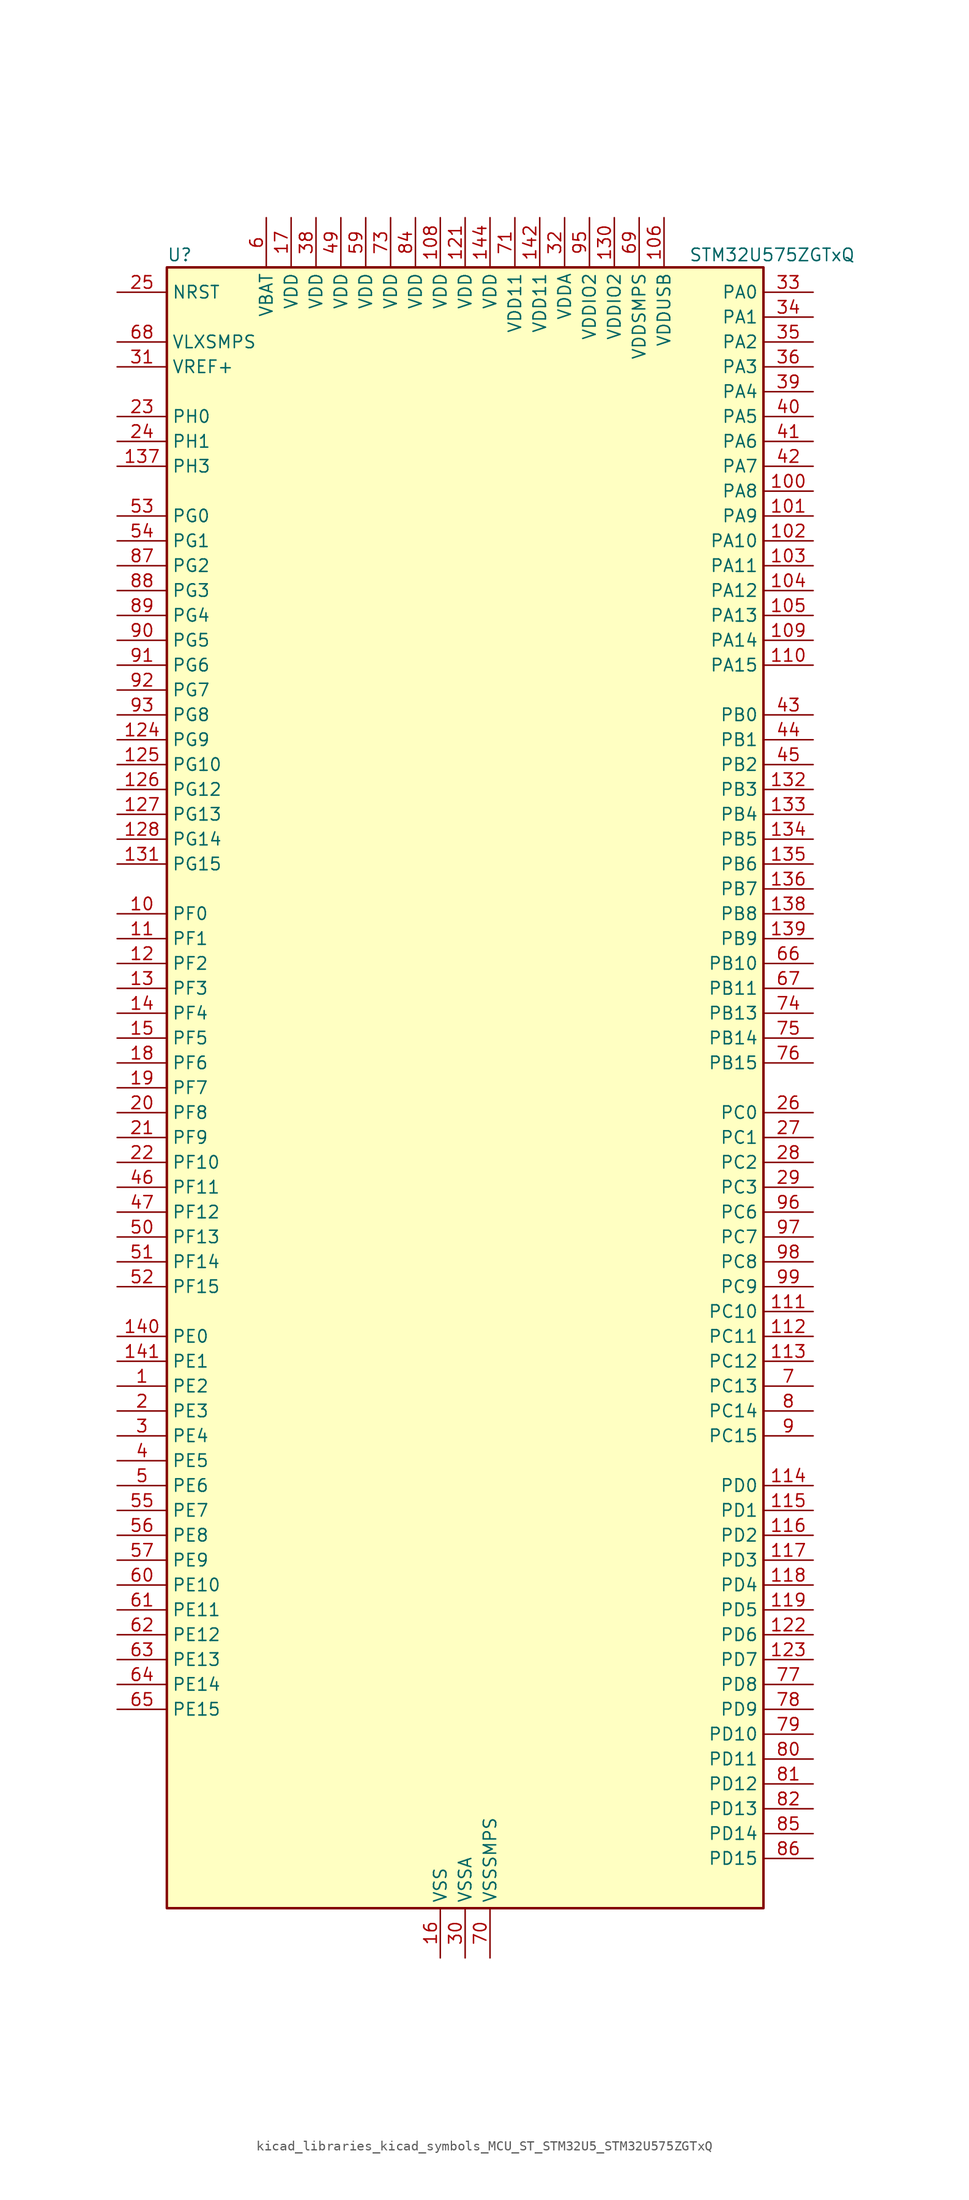
<source format=kicad_sym>
(kicad_symbol_lib
  (version 20220914)
  (generator kicad_symbol_editor)
  (symbol "kicad_libraries_kicad_symbols_MCU_ST_STM32U5_STM32U575ZGTxQ"
    (property "Reference" "U"
      (at -30.48 85.09 0)
      (effects (font (size 1.27 1.27)) (justify left)))
    (property "Value" "STM32U575ZGTxQ"
      (at 22.86 85.09 0)
      (effects (font (size 1.27 1.27)) (justify left)))
    (property "ki_locked" ""
      (at 0 0 0)
      (effects (font (size 1.27 1.27))))
    (symbol "kicad_libraries_kicad_symbols_MCU_ST_STM32U5_STM32U575ZGTxQ_0_1"
      (rectangle (start -30.48 -83.82) (end 30.48 83.82) (stroke (width 0.254) (type default)) (fill (type background))))
    (symbol "kicad_libraries_kicad_symbols_MCU_ST_STM32U5_STM32U575ZGTxQ_1_1"
      (pin bidirectional line (at -35.56 -30.48 0) (length 5.08) (name "PE2" (effects (font (size 1.27 1.27)))) (number "1" (effects (font (size 1.27 1.27)))) (alternate "DEBUG_TRACECLK" bidirectional line) (alternate "FMC_A23" bidirectional line) (alternate "SAI1_CK1" bidirectional line) (alternate "SAI1_MCLK_A" bidirectional line) (alternate "TIM3_ETR" bidirectional line) (alternate "TSC_G7_IO1" bidirectional line))
      (pin bidirectional line (at -35.56 17.78 0) (length 5.08) (name "PF0" (effects (font (size 1.27 1.27)))) (number "10" (effects (font (size 1.27 1.27)))) (alternate "FMC_A0" bidirectional line) (alternate "I2C2_SDA" bidirectional line) (alternate "OCTOSPIM_P2_IO0" bidirectional line))
      (pin bidirectional line (at 35.56 60.96 180) (length 5.08) (name "PA8" (effects (font (size 1.27 1.27)))) (number "100" (effects (font (size 1.27 1.27)))) (alternate "DEBUG_TRACECLK" bidirectional line) (alternate "LPTIM2_CH1" bidirectional line) (alternate "RCC_MCO" bidirectional line) (alternate "SAI1_CK2" bidirectional line) (alternate "SAI1_SCK_A" bidirectional line) (alternate "SPI1_RDY" bidirectional line) (alternate "TIM1_CH1" bidirectional line) (alternate "USART1_CK" bidirectional line) (alternate "USB_OTG_FS_SOF" bidirectional line))
      (pin bidirectional line (at 35.56 58.42 180) (length 5.08) (name "PA9" (effects (font (size 1.27 1.27)))) (number "101" (effects (font (size 1.27 1.27)))) (alternate "DAC1_EXTI9" bidirectional line) (alternate "DCMI_D0" bidirectional line) (alternate "PSSI_D0" bidirectional line) (alternate "SAI1_FS_A" bidirectional line) (alternate "SPI2_SCK" bidirectional line) (alternate "TIM15_BKIN" bidirectional line) (alternate "TIM1_CH2" bidirectional line) (alternate "USART1_TX" bidirectional line) (alternate "USB_OTG_FS_VBUS" bidirectional line))
      (pin bidirectional line (at 35.56 55.88 180) (length 5.08) (name "PA10" (effects (font (size 1.27 1.27)))) (number "102" (effects (font (size 1.27 1.27)))) (alternate "CRS_SYNC" bidirectional line) (alternate "DCMI_D1" bidirectional line) (alternate "LPTIM2_IN2" bidirectional line) (alternate "PSSI_D1" bidirectional line) (alternate "SAI1_D1" bidirectional line) (alternate "SAI1_SD_A" bidirectional line) (alternate "TIM17_BKIN" bidirectional line) (alternate "TIM1_CH3" bidirectional line) (alternate "USART1_RX" bidirectional line) (alternate "USB_OTG_FS_ID" bidirectional line))
      (pin bidirectional line (at 35.56 53.34 180) (length 5.08) (name "PA11" (effects (font (size 1.27 1.27)))) (number "103" (effects (font (size 1.27 1.27)))) (alternate "ADC1_EXTI11" bidirectional line) (alternate "FDCAN1_RX" bidirectional line) (alternate "SPI1_MISO" bidirectional line) (alternate "TIM1_BKIN2" bidirectional line) (alternate "TIM1_CH4" bidirectional line) (alternate "USART1_CTS" bidirectional line) (alternate "USB_OTG_FS_DM" bidirectional line))
      (pin bidirectional line (at 35.56 50.8 180) (length 5.08) (name "PA12" (effects (font (size 1.27 1.27)))) (number "104" (effects (font (size 1.27 1.27)))) (alternate "FDCAN1_TX" bidirectional line) (alternate "OCTOSPIM_P2_NCS" bidirectional line) (alternate "SPI1_MOSI" bidirectional line) (alternate "TIM1_ETR" bidirectional line) (alternate "USART1_DE" bidirectional line) (alternate "USART1_RTS" bidirectional line) (alternate "USB_OTG_FS_DP" bidirectional line))
      (pin bidirectional line (at 35.56 48.26 180) (length 5.08) (name "PA13" (effects (font (size 1.27 1.27)))) (number "105" (effects (font (size 1.27 1.27)))) (alternate "DEBUG_JTMS-SWDIO" bidirectional line) (alternate "IR_OUT" bidirectional line) (alternate "SAI1_SD_B" bidirectional line) (alternate "USB_OTG_FS_NOE" bidirectional line))
      (pin power_in line (at 20.32 88.9 270) (length 5.08) (name "VDDUSB" (effects (font (size 1.27 1.27)))) (number "106" (effects (font (size 1.27 1.27)))))
      (pin passive line (at -2.54 -88.9 90) (length 5.08) hide (name "VSS" (effects (font (size 1.27 1.27)))) (number "107" (effects (font (size 1.27 1.27)))))
      (pin power_in line (at -2.54 88.9 270) (length 5.08) (name "VDD" (effects (font (size 1.27 1.27)))) (number "108" (effects (font (size 1.27 1.27)))))
      (pin bidirectional line (at 35.56 45.72 180) (length 5.08) (name "PA14" (effects (font (size 1.27 1.27)))) (number "109" (effects (font (size 1.27 1.27)))) (alternate "DEBUG_JTCK-SWCLK" bidirectional line) (alternate "I2C1_SMBA" bidirectional line) (alternate "I2C4_SMBA" bidirectional line) (alternate "LPTIM1_CH1" bidirectional line) (alternate "SAI1_FS_B" bidirectional line) (alternate "USB_OTG_FS_SOF" bidirectional line))
      (pin bidirectional line (at -35.56 15.24 0) (length 5.08) (name "PF1" (effects (font (size 1.27 1.27)))) (number "11" (effects (font (size 1.27 1.27)))) (alternate "FMC_A1" bidirectional line) (alternate "I2C2_SCL" bidirectional line) (alternate "OCTOSPIM_P2_IO1" bidirectional line))
      (pin bidirectional line (at 35.56 43.18 180) (length 5.08) (name "PA15" (effects (font (size 1.27 1.27)))) (number "110" (effects (font (size 1.27 1.27)))) (alternate "ADC1_EXTI15" bidirectional line) (alternate "ADC4_EXTI15" bidirectional line) (alternate "DEBUG_JTDI" bidirectional line) (alternate "SAI2_FS_B" bidirectional line) (alternate "SPI1_NSS" bidirectional line) (alternate "SPI3_NSS" bidirectional line) (alternate "TIM2_CH1" bidirectional line) (alternate "TIM2_ETR" bidirectional line) (alternate "UART4_DE" bidirectional line) (alternate "UART4_RTS" bidirectional line) (alternate "UCPD1_CC1" bidirectional line) (alternate "USART2_RX" bidirectional line) (alternate "USART3_DE" bidirectional line) (alternate "USART3_RTS" bidirectional line))
      (pin bidirectional line (at 35.56 -22.86 180) (length 5.08) (name "PC10" (effects (font (size 1.27 1.27)))) (number "111" (effects (font (size 1.27 1.27)))) (alternate "ADF1_CCK1" bidirectional line) (alternate "DCMI_D8" bidirectional line) (alternate "DEBUG_TRACED1" bidirectional line) (alternate "LPTIM3_ETR" bidirectional line) (alternate "PSSI_D8" bidirectional line) (alternate "SAI2_SCK_B" bidirectional line) (alternate "SDMMC1_D2" bidirectional line) (alternate "SPI3_SCK" bidirectional line) (alternate "TSC_G3_IO2" bidirectional line) (alternate "UART4_TX" bidirectional line) (alternate "USART3_TX" bidirectional line))
      (pin bidirectional line (at 35.56 -25.4 180) (length 5.08) (name "PC11" (effects (font (size 1.27 1.27)))) (number "112" (effects (font (size 1.27 1.27)))) (alternate "ADC1_EXTI11" bidirectional line) (alternate "ADF1_SDI0" bidirectional line) (alternate "DCMI_D2" bidirectional line) (alternate "DCMI_D4" bidirectional line) (alternate "LPTIM3_IN1" bidirectional line) (alternate "OCTOSPIM_P1_NCS" bidirectional line) (alternate "PSSI_D2" bidirectional line) (alternate "PSSI_D4" bidirectional line) (alternate "SAI2_MCLK_B" bidirectional line) (alternate "SDMMC1_D3" bidirectional line) (alternate "SPI3_MISO" bidirectional line) (alternate "TSC_G3_IO3" bidirectional line) (alternate "UART4_RX" bidirectional line) (alternate "UCPD1_FRSTX2" bidirectional line) (alternate "USART3_RX" bidirectional line))
      (pin bidirectional line (at 35.56 -27.94 180) (length 5.08) (name "PC12" (effects (font (size 1.27 1.27)))) (number "113" (effects (font (size 1.27 1.27)))) (alternate "DCMI_D9" bidirectional line) (alternate "DEBUG_TRACED3" bidirectional line) (alternate "PSSI_D9" bidirectional line) (alternate "SAI2_SD_B" bidirectional line) (alternate "SDMMC1_CK" bidirectional line) (alternate "SPI3_MOSI" bidirectional line) (alternate "TSC_G3_IO4" bidirectional line) (alternate "UART5_TX" bidirectional line) (alternate "USART3_CK" bidirectional line))
      (pin bidirectional line (at 35.56 -40.64 180) (length 5.08) (name "PD0" (effects (font (size 1.27 1.27)))) (number "114" (effects (font (size 1.27 1.27)))) (alternate "FDCAN1_RX" bidirectional line) (alternate "FMC_D2" bidirectional line) (alternate "FMC_DA2" bidirectional line) (alternate "SPI2_NSS" bidirectional line) (alternate "TIM8_CH4N" bidirectional line))
      (pin bidirectional line (at 35.56 -43.18 180) (length 5.08) (name "PD1" (effects (font (size 1.27 1.27)))) (number "115" (effects (font (size 1.27 1.27)))) (alternate "FDCAN1_TX" bidirectional line) (alternate "FMC_D3" bidirectional line) (alternate "FMC_DA3" bidirectional line) (alternate "SPI2_SCK" bidirectional line))
      (pin bidirectional line (at 35.56 -45.72 180) (length 5.08) (name "PD2" (effects (font (size 1.27 1.27)))) (number "116" (effects (font (size 1.27 1.27)))) (alternate "DCMI_D11" bidirectional line) (alternate "DEBUG_TRACED2" bidirectional line) (alternate "LPTIM4_ETR" bidirectional line) (alternate "PSSI_D11" bidirectional line) (alternate "SDMMC1_CMD" bidirectional line) (alternate "TIM3_ETR" bidirectional line) (alternate "TSC_SYNC" bidirectional line) (alternate "UART5_RX" bidirectional line) (alternate "USART3_DE" bidirectional line) (alternate "USART3_RTS" bidirectional line))
      (pin bidirectional line (at 35.56 -48.26 180) (length 5.08) (name "PD3" (effects (font (size 1.27 1.27)))) (number "117" (effects (font (size 1.27 1.27)))) (alternate "DCMI_D5" bidirectional line) (alternate "FMC_CLK" bidirectional line) (alternate "MDF1_SDI0" bidirectional line) (alternate "OCTOSPIM_P2_NCS" bidirectional line) (alternate "PSSI_D5" bidirectional line) (alternate "SPI2_MISO" bidirectional line) (alternate "SPI2_SCK" bidirectional line) (alternate "USART2_CTS" bidirectional line))
      (pin bidirectional line (at 35.56 -50.8 180) (length 5.08) (name "PD4" (effects (font (size 1.27 1.27)))) (number "118" (effects (font (size 1.27 1.27)))) (alternate "FMC_NOE" bidirectional line) (alternate "MDF1_CKI0" bidirectional line) (alternate "OCTOSPIM_P1_IO4" bidirectional line) (alternate "SPI2_MOSI" bidirectional line) (alternate "USART2_DE" bidirectional line) (alternate "USART2_RTS" bidirectional line))
      (pin bidirectional line (at 35.56 -53.34 180) (length 5.08) (name "PD5" (effects (font (size 1.27 1.27)))) (number "119" (effects (font (size 1.27 1.27)))) (alternate "FMC_NWE" bidirectional line) (alternate "OCTOSPIM_P1_IO5" bidirectional line) (alternate "SPI2_RDY" bidirectional line) (alternate "USART2_TX" bidirectional line))
      (pin bidirectional line (at -35.56 12.7 0) (length 5.08) (name "PF2" (effects (font (size 1.27 1.27)))) (number "12" (effects (font (size 1.27 1.27)))) (alternate "FMC_A2" bidirectional line) (alternate "I2C2_SMBA" bidirectional line) (alternate "LPTIM3_CH2" bidirectional line) (alternate "OCTOSPIM_P2_IO2" bidirectional line) (alternate "PWR_WKUP8" bidirectional line))
      (pin passive line (at -2.54 -88.9 90) (length 5.08) hide (name "VSS" (effects (font (size 1.27 1.27)))) (number "120" (effects (font (size 1.27 1.27)))))
      (pin power_in line (at 0 88.9 270) (length 5.08) (name "VDD" (effects (font (size 1.27 1.27)))) (number "121" (effects (font (size 1.27 1.27)))))
      (pin bidirectional line (at 35.56 -55.88 180) (length 5.08) (name "PD6" (effects (font (size 1.27 1.27)))) (number "122" (effects (font (size 1.27 1.27)))) (alternate "DCMI_D10" bidirectional line) (alternate "FMC_NWAIT" bidirectional line) (alternate "MDF1_SDI1" bidirectional line) (alternate "OCTOSPIM_P1_IO6" bidirectional line) (alternate "PSSI_D10" bidirectional line) (alternate "SAI1_D1" bidirectional line) (alternate "SAI1_SD_A" bidirectional line) (alternate "SDMMC2_CK" bidirectional line) (alternate "SPI3_MOSI" bidirectional line) (alternate "USART2_RX" bidirectional line))
      (pin bidirectional line (at 35.56 -58.42 180) (length 5.08) (name "PD7" (effects (font (size 1.27 1.27)))) (number "123" (effects (font (size 1.27 1.27)))) (alternate "FMC_NCE" bidirectional line) (alternate "FMC_NE1" bidirectional line) (alternate "LPTIM4_OUT" bidirectional line) (alternate "MDF1_CKI1" bidirectional line) (alternate "OCTOSPIM_P1_IO7" bidirectional line) (alternate "SDMMC2_CMD" bidirectional line) (alternate "USART2_CK" bidirectional line))
      (pin bidirectional line (at -35.56 35.56 0) (length 5.08) (name "PG9" (effects (font (size 1.27 1.27)))) (number "124" (effects (font (size 1.27 1.27)))) (alternate "DAC1_EXTI9" bidirectional line) (alternate "FMC_NCE" bidirectional line) (alternate "FMC_NE2" bidirectional line) (alternate "OCTOSPIM_P2_IO6" bidirectional line) (alternate "SAI2_SCK_A" bidirectional line) (alternate "SPI3_SCK" bidirectional line) (alternate "TIM15_CH1N" bidirectional line) (alternate "USART1_TX" bidirectional line))
      (pin bidirectional line (at -35.56 33.02 0) (length 5.08) (name "PG10" (effects (font (size 1.27 1.27)))) (number "125" (effects (font (size 1.27 1.27)))) (alternate "FMC_NE3" bidirectional line) (alternate "LPTIM1_IN1" bidirectional line) (alternate "OCTOSPIM_P2_IO7" bidirectional line) (alternate "SAI2_FS_A" bidirectional line) (alternate "SPI3_MISO" bidirectional line) (alternate "TIM15_CH1" bidirectional line) (alternate "USART1_RX" bidirectional line))
      (pin bidirectional line (at -35.56 30.48 0) (length 5.08) (name "PG12" (effects (font (size 1.27 1.27)))) (number "126" (effects (font (size 1.27 1.27)))) (alternate "FMC_NE4" bidirectional line) (alternate "LPTIM1_ETR" bidirectional line) (alternate "OCTOSPIM_P2_NCS" bidirectional line) (alternate "SAI2_SD_A" bidirectional line) (alternate "SPI3_NSS" bidirectional line) (alternate "USART1_DE" bidirectional line) (alternate "USART1_RTS" bidirectional line))
      (pin bidirectional line (at -35.56 27.94 0) (length 5.08) (name "PG13" (effects (font (size 1.27 1.27)))) (number "127" (effects (font (size 1.27 1.27)))) (alternate "FMC_A24" bidirectional line) (alternate "I2C1_SDA" bidirectional line) (alternate "SPI3_RDY" bidirectional line) (alternate "USART1_CK" bidirectional line))
      (pin bidirectional line (at -35.56 25.4 0) (length 5.08) (name "PG14" (effects (font (size 1.27 1.27)))) (number "128" (effects (font (size 1.27 1.27)))) (alternate "FMC_A25" bidirectional line) (alternate "I2C1_SCL" bidirectional line) (alternate "LPTIM1_CH2" bidirectional line))
      (pin passive line (at -2.54 -88.9 90) (length 5.08) hide (name "VSS" (effects (font (size 1.27 1.27)))) (number "129" (effects (font (size 1.27 1.27)))))
      (pin bidirectional line (at -35.56 10.16 0) (length 5.08) (name "PF3" (effects (font (size 1.27 1.27)))) (number "13" (effects (font (size 1.27 1.27)))) (alternate "FMC_A3" bidirectional line) (alternate "LPTIM3_IN1" bidirectional line) (alternate "OCTOSPIM_P2_IO3" bidirectional line))
      (pin power_in line (at 15.24 88.9 270) (length 5.08) (name "VDDIO2" (effects (font (size 1.27 1.27)))) (number "130" (effects (font (size 1.27 1.27)))))
      (pin bidirectional line (at -35.56 22.86 0) (length 5.08) (name "PG15" (effects (font (size 1.27 1.27)))) (number "131" (effects (font (size 1.27 1.27)))) (alternate "ADC1_EXTI15" bidirectional line) (alternate "ADC4_EXTI15" bidirectional line) (alternate "DCMI_D13" bidirectional line) (alternate "I2C1_SMBA" bidirectional line) (alternate "LPTIM1_CH1" bidirectional line) (alternate "OCTOSPIM_P2_DQS" bidirectional line) (alternate "PSSI_D13" bidirectional line))
      (pin bidirectional line (at 35.56 30.48 180) (length 5.08) (name "PB3" (effects (font (size 1.27 1.27)))) (number "132" (effects (font (size 1.27 1.27)))) (alternate "ADF1_CCK0" bidirectional line) (alternate "COMP2_INM" bidirectional line) (alternate "CRS_SYNC" bidirectional line) (alternate "DEBUG_JTDO-SWO" bidirectional line) (alternate "I2C1_SDA" bidirectional line) (alternate "LPTIM1_CH1" bidirectional line) (alternate "SAI1_SCK_B" bidirectional line) (alternate "SDMMC2_D2" bidirectional line) (alternate "SPI1_SCK" bidirectional line) (alternate "SPI3_SCK" bidirectional line) (alternate "TIM2_CH2" bidirectional line) (alternate "USART1_DE" bidirectional line) (alternate "USART1_RTS" bidirectional line))
      (pin bidirectional line (at 35.56 27.94 180) (length 5.08) (name "PB4" (effects (font (size 1.27 1.27)))) (number "133" (effects (font (size 1.27 1.27)))) (alternate "ADF1_SDI0" bidirectional line) (alternate "COMP2_INP" bidirectional line) (alternate "DCMI_D12" bidirectional line) (alternate "DEBUG_JTRST" bidirectional line) (alternate "I2C3_SDA" bidirectional line) (alternate "LPTIM1_CH2" bidirectional line) (alternate "PSSI_D12" bidirectional line) (alternate "SAI1_MCLK_B" bidirectional line) (alternate "SDMMC2_D3" bidirectional line) (alternate "SPI1_MISO" bidirectional line) (alternate "SPI3_MISO" bidirectional line) (alternate "TIM17_BKIN" bidirectional line) (alternate "TIM3_CH1" bidirectional line) (alternate "TSC_G2_IO1" bidirectional line) (alternate "UART5_DE" bidirectional line) (alternate "UART5_RTS" bidirectional line) (alternate "USART1_CTS" bidirectional line))
      (pin bidirectional line (at 35.56 25.4 180) (length 5.08) (name "PB5" (effects (font (size 1.27 1.27)))) (number "134" (effects (font (size 1.27 1.27)))) (alternate "COMP2_OUT" bidirectional line) (alternate "DCMI_D10" bidirectional line) (alternate "I2C1_SMBA" bidirectional line) (alternate "LPTIM1_IN1" bidirectional line) (alternate "OCTOSPIM_P1_NCLK" bidirectional line) (alternate "PSSI_D10" bidirectional line) (alternate "PWR_WKUP6" bidirectional line) (alternate "SAI1_SD_B" bidirectional line) (alternate "SPI1_MOSI" bidirectional line) (alternate "SPI3_MOSI" bidirectional line) (alternate "TIM16_BKIN" bidirectional line) (alternate "TIM3_CH2" bidirectional line) (alternate "TSC_G2_IO2" bidirectional line) (alternate "UART5_CTS" bidirectional line) (alternate "UCPD1_DBCC1" bidirectional line) (alternate "USART1_CK" bidirectional line))
      (pin bidirectional line (at 35.56 22.86 180) (length 5.08) (name "PB6" (effects (font (size 1.27 1.27)))) (number "135" (effects (font (size 1.27 1.27)))) (alternate "COMP2_INP" bidirectional line) (alternate "DCMI_D5" bidirectional line) (alternate "I2C1_SCL" bidirectional line) (alternate "I2C4_SCL" bidirectional line) (alternate "LPTIM1_ETR" bidirectional line) (alternate "MDF1_SDI5" bidirectional line) (alternate "PSSI_D5" bidirectional line) (alternate "PWR_WKUP3" bidirectional line) (alternate "SAI1_FS_B" bidirectional line) (alternate "TIM16_CH1N" bidirectional line) (alternate "TIM4_CH1" bidirectional line) (alternate "TIM8_BKIN2" bidirectional line) (alternate "TSC_G2_IO3" bidirectional line) (alternate "USART1_TX" bidirectional line))
      (pin bidirectional line (at 35.56 20.32 180) (length 5.08) (name "PB7" (effects (font (size 1.27 1.27)))) (number "136" (effects (font (size 1.27 1.27)))) (alternate "COMP2_INM" bidirectional line) (alternate "DCMI_VSYNC" bidirectional line) (alternate "FMC_NL" bidirectional line) (alternate "I2C1_SDA" bidirectional line) (alternate "I2C4_SDA" bidirectional line) (alternate "LPTIM1_IN2" bidirectional line) (alternate "MDF1_CKI5" bidirectional line) (alternate "PSSI_RDY" bidirectional line) (alternate "PWR_PVD_IN" bidirectional line) (alternate "PWR_WKUP4" bidirectional line) (alternate "TIM17_CH1N" bidirectional line) (alternate "TIM4_CH2" bidirectional line) (alternate "TIM8_BKIN" bidirectional line) (alternate "TSC_G2_IO4" bidirectional line) (alternate "UART4_CTS" bidirectional line) (alternate "USART1_RX" bidirectional line))
      (pin bidirectional line (at -35.56 63.5 0) (length 5.08) (name "PH3" (effects (font (size 1.27 1.27)))) (number "137" (effects (font (size 1.27 1.27)))))
      (pin bidirectional line (at 35.56 17.78 180) (length 5.08) (name "PB8" (effects (font (size 1.27 1.27)))) (number "138" (effects (font (size 1.27 1.27)))) (alternate "DCMI_D6" bidirectional line) (alternate "FDCAN1_RX" bidirectional line) (alternate "I2C1_SCL" bidirectional line) (alternate "MDF1_CCK0" bidirectional line) (alternate "PSSI_D6" bidirectional line) (alternate "PWR_WKUP5" bidirectional line) (alternate "SAI1_CK1" bidirectional line) (alternate "SAI1_MCLK_A" bidirectional line) (alternate "SDMMC1_CKIN" bidirectional line) (alternate "SDMMC1_D4" bidirectional line) (alternate "SDMMC2_D4" bidirectional line) (alternate "SPI3_RDY" bidirectional line) (alternate "TIM16_CH1" bidirectional line) (alternate "TIM4_CH3" bidirectional line))
      (pin bidirectional line (at 35.56 15.24 180) (length 5.08) (name "PB9" (effects (font (size 1.27 1.27)))) (number "139" (effects (font (size 1.27 1.27)))) (alternate "DAC1_EXTI9" bidirectional line) (alternate "DCMI_D7" bidirectional line) (alternate "FDCAN1_TX" bidirectional line) (alternate "I2C1_SDA" bidirectional line) (alternate "IR_OUT" bidirectional line) (alternate "PSSI_D7" bidirectional line) (alternate "SAI1_D2" bidirectional line) (alternate "SAI1_FS_A" bidirectional line) (alternate "SDMMC1_CDIR" bidirectional line) (alternate "SDMMC1_D5" bidirectional line) (alternate "SDMMC2_D5" bidirectional line) (alternate "SPI2_NSS" bidirectional line) (alternate "TIM17_CH1" bidirectional line) (alternate "TIM4_CH4" bidirectional line))
      (pin bidirectional line (at -35.56 7.62 0) (length 5.08) (name "PF4" (effects (font (size 1.27 1.27)))) (number "14" (effects (font (size 1.27 1.27)))) (alternate "FMC_A4" bidirectional line) (alternate "LPTIM3_ETR" bidirectional line) (alternate "OCTOSPIM_P2_CLK" bidirectional line))
      (pin bidirectional line (at -35.56 -25.4 0) (length 5.08) (name "PE0" (effects (font (size 1.27 1.27)))) (number "140" (effects (font (size 1.27 1.27)))) (alternate "DCMI_D2" bidirectional line) (alternate "FMC_NBL0" bidirectional line) (alternate "PSSI_D2" bidirectional line) (alternate "TIM16_CH1" bidirectional line) (alternate "TIM4_ETR" bidirectional line))
      (pin bidirectional line (at -35.56 -27.94 0) (length 5.08) (name "PE1" (effects (font (size 1.27 1.27)))) (number "141" (effects (font (size 1.27 1.27)))) (alternate "DCMI_D3" bidirectional line) (alternate "FMC_NBL1" bidirectional line) (alternate "PSSI_D3" bidirectional line) (alternate "TIM17_CH1" bidirectional line))
      (pin power_in line (at 7.62 88.9 270) (length 5.08) (name "VDD11" (effects (font (size 1.27 1.27)))) (number "142" (effects (font (size 1.27 1.27)))))
      (pin passive line (at -2.54 -88.9 90) (length 5.08) hide (name "VSS" (effects (font (size 1.27 1.27)))) (number "143" (effects (font (size 1.27 1.27)))))
      (pin power_in line (at 2.54 88.9 270) (length 5.08) (name "VDD" (effects (font (size 1.27 1.27)))) (number "144" (effects (font (size 1.27 1.27)))))
      (pin bidirectional line (at -35.56 5.08 0) (length 5.08) (name "PF5" (effects (font (size 1.27 1.27)))) (number "15" (effects (font (size 1.27 1.27)))) (alternate "FMC_A5" bidirectional line) (alternate "LPTIM3_CH1" bidirectional line) (alternate "OCTOSPIM_P2_NCLK" bidirectional line))
      (pin power_in line (at -2.54 -88.9 90) (length 5.08) (name "VSS" (effects (font (size 1.27 1.27)))) (number "16" (effects (font (size 1.27 1.27)))))
      (pin power_in line (at -17.78 88.9 270) (length 5.08) (name "VDD" (effects (font (size 1.27 1.27)))) (number "17" (effects (font (size 1.27 1.27)))))
      (pin bidirectional line (at -35.56 2.54 0) (length 5.08) (name "PF6" (effects (font (size 1.27 1.27)))) (number "18" (effects (font (size 1.27 1.27)))) (alternate "DCMI_D12" bidirectional line) (alternate "OCTOSPIM_P1_IO3" bidirectional line) (alternate "OCTOSPIM_P2_NCS" bidirectional line) (alternate "PSSI_D12" bidirectional line) (alternate "SAI1_SD_B" bidirectional line) (alternate "TIM5_CH1" bidirectional line) (alternate "TIM5_ETR" bidirectional line))
      (pin bidirectional line (at -35.56 0 0) (length 5.08) (name "PF7" (effects (font (size 1.27 1.27)))) (number "19" (effects (font (size 1.27 1.27)))) (alternate "FDCAN1_RX" bidirectional line) (alternate "OCTOSPIM_P1_IO2" bidirectional line) (alternate "SAI1_MCLK_B" bidirectional line) (alternate "TIM5_CH2" bidirectional line))
      (pin bidirectional line (at -35.56 -33.02 0) (length 5.08) (name "PE3" (effects (font (size 1.27 1.27)))) (number "2" (effects (font (size 1.27 1.27)))) (alternate "DEBUG_TRACED0" bidirectional line) (alternate "FMC_A19" bidirectional line) (alternate "OCTOSPIM_P1_DQS" bidirectional line) (alternate "SAI1_SD_B" bidirectional line) (alternate "TAMP_IN6" bidirectional line) (alternate "TAMP_OUT3" bidirectional line) (alternate "TIM3_CH1" bidirectional line) (alternate "TSC_G7_IO2" bidirectional line))
      (pin bidirectional line (at -35.56 -2.54 0) (length 5.08) (name "PF8" (effects (font (size 1.27 1.27)))) (number "20" (effects (font (size 1.27 1.27)))) (alternate "FDCAN1_TX" bidirectional line) (alternate "OCTOSPIM_P1_IO0" bidirectional line) (alternate "PSSI_D14" bidirectional line) (alternate "SAI1_SCK_B" bidirectional line) (alternate "TIM5_CH3" bidirectional line))
      (pin bidirectional line (at -35.56 -5.08 0) (length 5.08) (name "PF9" (effects (font (size 1.27 1.27)))) (number "21" (effects (font (size 1.27 1.27)))) (alternate "DAC1_EXTI9" bidirectional line) (alternate "OCTOSPIM_P1_IO1" bidirectional line) (alternate "PSSI_D15" bidirectional line) (alternate "SAI1_FS_B" bidirectional line) (alternate "TIM15_CH1" bidirectional line) (alternate "TIM5_CH4" bidirectional line))
      (pin bidirectional line (at -35.56 -7.62 0) (length 5.08) (name "PF10" (effects (font (size 1.27 1.27)))) (number "22" (effects (font (size 1.27 1.27)))) (alternate "DCMI_D11" bidirectional line) (alternate "MDF1_CCK1" bidirectional line) (alternate "OCTOSPIM_P1_CLK" bidirectional line) (alternate "PSSI_D11" bidirectional line) (alternate "PSSI_D15" bidirectional line) (alternate "SAI1_D3" bidirectional line) (alternate "TIM15_CH2" bidirectional line))
      (pin bidirectional line (at -35.56 68.58 0) (length 5.08) (name "PH0" (effects (font (size 1.27 1.27)))) (number "23" (effects (font (size 1.27 1.27)))) (alternate "RCC_OSC_IN" bidirectional line))
      (pin bidirectional line (at -35.56 66.04 0) (length 5.08) (name "PH1" (effects (font (size 1.27 1.27)))) (number "24" (effects (font (size 1.27 1.27)))) (alternate "RCC_OSC_OUT" bidirectional line))
      (pin input line (at -35.56 81.28 0) (length 5.08) (name "NRST" (effects (font (size 1.27 1.27)))) (number "25" (effects (font (size 1.27 1.27)))))
      (pin bidirectional line (at 35.56 -2.54 180) (length 5.08) (name "PC0" (effects (font (size 1.27 1.27)))) (number "26" (effects (font (size 1.27 1.27)))) (alternate "ADC1_IN1" bidirectional line) (alternate "ADC4_IN1" bidirectional line) (alternate "I2C3_SCL" bidirectional line) (alternate "LPTIM1_IN1" bidirectional line) (alternate "LPTIM2_IN1" bidirectional line) (alternate "LPUART1_RX" bidirectional line) (alternate "MDF1_SDI4" bidirectional line) (alternate "OCTOSPIM_P1_IO7" bidirectional line) (alternate "SAI2_FS_A" bidirectional line) (alternate "SDMMC1_D5" bidirectional line) (alternate "SPI2_RDY" bidirectional line))
      (pin bidirectional line (at 35.56 -5.08 180) (length 5.08) (name "PC1" (effects (font (size 1.27 1.27)))) (number "27" (effects (font (size 1.27 1.27)))) (alternate "ADC1_IN2" bidirectional line) (alternate "ADC4_IN2" bidirectional line) (alternate "DEBUG_TRACED0" bidirectional line) (alternate "I2C3_SDA" bidirectional line) (alternate "LPTIM1_CH1" bidirectional line) (alternate "LPUART1_TX" bidirectional line) (alternate "MDF1_CKI4" bidirectional line) (alternate "OCTOSPIM_P1_IO4" bidirectional line) (alternate "SAI1_SD_A" bidirectional line) (alternate "SDMMC2_CK" bidirectional line) (alternate "SPI2_MOSI" bidirectional line))
      (pin bidirectional line (at 35.56 -7.62 180) (length 5.08) (name "PC2" (effects (font (size 1.27 1.27)))) (number "28" (effects (font (size 1.27 1.27)))) (alternate "ADC1_IN3" bidirectional line) (alternate "ADC4_IN3" bidirectional line) (alternate "LPTIM1_IN2" bidirectional line) (alternate "MDF1_CCK1" bidirectional line) (alternate "OCTOSPIM_P1_IO5" bidirectional line) (alternate "SPI2_MISO" bidirectional line))
      (pin bidirectional line (at 35.56 -10.16 180) (length 5.08) (name "PC3" (effects (font (size 1.27 1.27)))) (number "29" (effects (font (size 1.27 1.27)))) (alternate "ADC1_IN4" bidirectional line) (alternate "ADC4_IN4" bidirectional line) (alternate "LPTIM1_ETR" bidirectional line) (alternate "LPTIM2_ETR" bidirectional line) (alternate "LPTIM3_CH1" bidirectional line) (alternate "OCTOSPIM_P1_IO6" bidirectional line) (alternate "SAI1_D1" bidirectional line) (alternate "SAI1_SD_A" bidirectional line) (alternate "SPI2_MOSI" bidirectional line))
      (pin bidirectional line (at -35.56 -35.56 0) (length 5.08) (name "PE4" (effects (font (size 1.27 1.27)))) (number "3" (effects (font (size 1.27 1.27)))) (alternate "DCMI_D4" bidirectional line) (alternate "DEBUG_TRACED1" bidirectional line) (alternate "FMC_A20" bidirectional line) (alternate "MDF1_SDI3" bidirectional line) (alternate "PSSI_D4" bidirectional line) (alternate "PWR_WKUP1" bidirectional line) (alternate "SAI1_D2" bidirectional line) (alternate "SAI1_FS_A" bidirectional line) (alternate "TAMP_IN7" bidirectional line) (alternate "TAMP_OUT8" bidirectional line) (alternate "TIM3_CH2" bidirectional line) (alternate "TSC_G7_IO3" bidirectional line))
      (pin power_in line (at 0 -88.9 90) (length 5.08) (name "VSSA" (effects (font (size 1.27 1.27)))) (number "30" (effects (font (size 1.27 1.27)))))
      (pin input line (at -35.56 73.66 0) (length 5.08) (name "VREF+" (effects (font (size 1.27 1.27)))) (number "31" (effects (font (size 1.27 1.27)))) (alternate "VREFBUF_OUT" bidirectional line))
      (pin power_in line (at 10.16 88.9 270) (length 5.08) (name "VDDA" (effects (font (size 1.27 1.27)))) (number "32" (effects (font (size 1.27 1.27)))))
      (pin bidirectional line (at 35.56 81.28 180) (length 5.08) (name "PA0" (effects (font (size 1.27 1.27)))) (number "33" (effects (font (size 1.27 1.27)))) (alternate "ADC1_IN5" bidirectional line) (alternate "AUDIOCLK" bidirectional line) (alternate "OCTOSPIM_P2_NCS" bidirectional line) (alternate "OPAMP1_VINP" bidirectional line) (alternate "PWR_WKUP1" bidirectional line) (alternate "SDMMC2_CMD" bidirectional line) (alternate "SPI3_RDY" bidirectional line) (alternate "TAMP_IN2" bidirectional line) (alternate "TAMP_OUT1" bidirectional line) (alternate "TIM2_CH1" bidirectional line) (alternate "TIM2_ETR" bidirectional line) (alternate "TIM5_CH1" bidirectional line) (alternate "TIM8_ETR" bidirectional line) (alternate "UART4_TX" bidirectional line) (alternate "USART2_CTS" bidirectional line))
      (pin bidirectional line (at 35.56 78.74 180) (length 5.08) (name "PA1" (effects (font (size 1.27 1.27)))) (number "34" (effects (font (size 1.27 1.27)))) (alternate "ADC1_IN6" bidirectional line) (alternate "I2C1_SMBA" bidirectional line) (alternate "LPTIM1_CH2" bidirectional line) (alternate "OCTOSPIM_P1_DQS" bidirectional line) (alternate "OPAMP1_VINM" bidirectional line) (alternate "PWR_WKUP3" bidirectional line) (alternate "SPI1_SCK" bidirectional line) (alternate "TAMP_IN5" bidirectional line) (alternate "TAMP_OUT4" bidirectional line) (alternate "TIM15_CH1N" bidirectional line) (alternate "TIM2_CH2" bidirectional line) (alternate "TIM5_CH2" bidirectional line) (alternate "UART4_RX" bidirectional line) (alternate "USART2_DE" bidirectional line) (alternate "USART2_RTS" bidirectional line))
      (pin bidirectional line (at 35.56 76.2 180) (length 5.08) (name "PA2" (effects (font (size 1.27 1.27)))) (number "35" (effects (font (size 1.27 1.27)))) (alternate "ADC1_IN7" bidirectional line) (alternate "COMP1_INP" bidirectional line) (alternate "LPUART1_TX" bidirectional line) (alternate "OCTOSPIM_P1_NCS" bidirectional line) (alternate "PWR_WKUP4" bidirectional line) (alternate "RCC_LSCO" bidirectional line) (alternate "SPI1_RDY" bidirectional line) (alternate "TIM15_CH1" bidirectional line) (alternate "TIM2_CH3" bidirectional line) (alternate "TIM5_CH3" bidirectional line) (alternate "UCPD1_FRSTX1" bidirectional line) (alternate "USART2_TX" bidirectional line))
      (pin bidirectional line (at 35.56 73.66 180) (length 5.08) (name "PA3" (effects (font (size 1.27 1.27)))) (number "36" (effects (font (size 1.27 1.27)))) (alternate "ADC1_IN8" bidirectional line) (alternate "LPUART1_RX" bidirectional line) (alternate "OCTOSPIM_P1_CLK" bidirectional line) (alternate "OPAMP1_VOUT" bidirectional line) (alternate "PWR_WKUP5" bidirectional line) (alternate "SAI1_CK1" bidirectional line) (alternate "SAI1_MCLK_A" bidirectional line) (alternate "TIM15_CH2" bidirectional line) (alternate "TIM2_CH4" bidirectional line) (alternate "TIM5_CH4" bidirectional line) (alternate "USART2_RX" bidirectional line))
      (pin passive line (at -2.54 -88.9 90) (length 5.08) hide (name "VSS" (effects (font (size 1.27 1.27)))) (number "37" (effects (font (size 1.27 1.27)))))
      (pin power_in line (at -15.24 88.9 270) (length 5.08) (name "VDD" (effects (font (size 1.27 1.27)))) (number "38" (effects (font (size 1.27 1.27)))))
      (pin bidirectional line (at 35.56 71.12 180) (length 5.08) (name "PA4" (effects (font (size 1.27 1.27)))) (number "39" (effects (font (size 1.27 1.27)))) (alternate "ADC1_IN9" bidirectional line) (alternate "ADC4_IN9" bidirectional line) (alternate "DAC1_OUT1" bidirectional line) (alternate "DCMI_HSYNC" bidirectional line) (alternate "LPTIM2_CH1" bidirectional line) (alternate "OCTOSPIM_P1_NCS" bidirectional line) (alternate "PSSI_DE" bidirectional line) (alternate "PWR_WKUP2" bidirectional line) (alternate "SAI1_FS_B" bidirectional line) (alternate "SPI1_NSS" bidirectional line) (alternate "SPI3_NSS" bidirectional line) (alternate "USART2_CK" bidirectional line))
      (pin bidirectional line (at -35.56 -38.1 0) (length 5.08) (name "PE5" (effects (font (size 1.27 1.27)))) (number "4" (effects (font (size 1.27 1.27)))) (alternate "DCMI_D6" bidirectional line) (alternate "DEBUG_TRACED2" bidirectional line) (alternate "FMC_A21" bidirectional line) (alternate "MDF1_CKI3" bidirectional line) (alternate "PSSI_D6" bidirectional line) (alternate "PWR_WKUP2" bidirectional line) (alternate "SAI1_CK2" bidirectional line) (alternate "SAI1_SCK_A" bidirectional line) (alternate "TAMP_IN8" bidirectional line) (alternate "TAMP_OUT7" bidirectional line) (alternate "TIM3_CH3" bidirectional line) (alternate "TSC_G7_IO4" bidirectional line))
      (pin bidirectional line (at 35.56 68.58 180) (length 5.08) (name "PA5" (effects (font (size 1.27 1.27)))) (number "40" (effects (font (size 1.27 1.27)))) (alternate "ADC1_IN10" bidirectional line) (alternate "ADC4_IN10" bidirectional line) (alternate "DAC1_OUT2" bidirectional line) (alternate "LPTIM2_ETR" bidirectional line) (alternate "PSSI_D14" bidirectional line) (alternate "PWR_CSLEEP" bidirectional line) (alternate "PWR_WKUP6" bidirectional line) (alternate "SPI1_SCK" bidirectional line) (alternate "TIM2_CH1" bidirectional line) (alternate "TIM2_ETR" bidirectional line) (alternate "TIM8_CH1N" bidirectional line) (alternate "USART3_RX" bidirectional line))
      (pin bidirectional line (at 35.56 66.04 180) (length 5.08) (name "PA6" (effects (font (size 1.27 1.27)))) (number "41" (effects (font (size 1.27 1.27)))) (alternate "ADC1_IN11" bidirectional line) (alternate "ADC4_IN11" bidirectional line) (alternate "DCMI_PIXCLK" bidirectional line) (alternate "LPUART1_CTS" bidirectional line) (alternate "OCTOSPIM_P1_IO3" bidirectional line) (alternate "OPAMP2_VINP" bidirectional line) (alternate "PSSI_PDCK" bidirectional line) (alternate "PWR_CDSTOP" bidirectional line) (alternate "PWR_WKUP7" bidirectional line) (alternate "SPI1_MISO" bidirectional line) (alternate "TIM16_CH1" bidirectional line) (alternate "TIM1_BKIN" bidirectional line) (alternate "TIM3_CH1" bidirectional line) (alternate "TIM8_BKIN" bidirectional line) (alternate "USART3_CTS" bidirectional line))
      (pin bidirectional line (at 35.56 63.5 180) (length 5.08) (name "PA7" (effects (font (size 1.27 1.27)))) (number "42" (effects (font (size 1.27 1.27)))) (alternate "ADC1_IN12" bidirectional line) (alternate "ADC4_IN20" bidirectional line) (alternate "I2C3_SCL" bidirectional line) (alternate "LPTIM2_CH2" bidirectional line) (alternate "OCTOSPIM_P1_IO2" bidirectional line) (alternate "OPAMP2_VINM" bidirectional line) (alternate "PWR_SRDSTOP" bidirectional line) (alternate "PWR_WKUP8" bidirectional line) (alternate "SPI1_MOSI" bidirectional line) (alternate "TIM17_CH1" bidirectional line) (alternate "TIM1_CH1N" bidirectional line) (alternate "TIM3_CH2" bidirectional line) (alternate "TIM8_CH1N" bidirectional line) (alternate "USART3_TX" bidirectional line))
      (pin bidirectional line (at 35.56 38.1 180) (length 5.08) (name "PB0" (effects (font (size 1.27 1.27)))) (number "43" (effects (font (size 1.27 1.27)))) (alternate "ADC1_IN15" bidirectional line) (alternate "ADC4_IN18" bidirectional line) (alternate "AUDIOCLK" bidirectional line) (alternate "COMP1_OUT" bidirectional line) (alternate "LPTIM3_CH1" bidirectional line) (alternate "OCTOSPIM_P1_IO1" bidirectional line) (alternate "OPAMP2_VOUT" bidirectional line) (alternate "SPI1_NSS" bidirectional line) (alternate "TIM1_CH2N" bidirectional line) (alternate "TIM3_CH3" bidirectional line) (alternate "TIM8_CH2N" bidirectional line) (alternate "USART3_CK" bidirectional line))
      (pin bidirectional line (at 35.56 35.56 180) (length 5.08) (name "PB1" (effects (font (size 1.27 1.27)))) (number "44" (effects (font (size 1.27 1.27)))) (alternate "ADC1_IN16" bidirectional line) (alternate "ADC4_IN19" bidirectional line) (alternate "COMP1_INM" bidirectional line) (alternate "LPTIM2_IN1" bidirectional line) (alternate "LPTIM3_CH2" bidirectional line) (alternate "LPUART1_DE" bidirectional line) (alternate "LPUART1_RTS" bidirectional line) (alternate "MDF1_SDI0" bidirectional line) (alternate "OCTOSPIM_P1_IO0" bidirectional line) (alternate "PWR_WKUP4" bidirectional line) (alternate "TIM1_CH3N" bidirectional line) (alternate "TIM3_CH4" bidirectional line) (alternate "TIM8_CH3N" bidirectional line) (alternate "USART3_DE" bidirectional line) (alternate "USART3_RTS" bidirectional line))
      (pin bidirectional line (at 35.56 33.02 180) (length 5.08) (name "PB2" (effects (font (size 1.27 1.27)))) (number "45" (effects (font (size 1.27 1.27)))) (alternate "ADC1_IN17" bidirectional line) (alternate "COMP1_INP" bidirectional line) (alternate "I2C3_SMBA" bidirectional line) (alternate "LPTIM1_CH1" bidirectional line) (alternate "MDF1_CKI0" bidirectional line) (alternate "OCTOSPIM_P1_DQS" bidirectional line) (alternate "PWR_WKUP1" bidirectional line) (alternate "RTC_OUT2" bidirectional line) (alternate "SPI1_RDY" bidirectional line) (alternate "TIM8_CH4N" bidirectional line) (alternate "UCPD1_FRSTX1" bidirectional line))
      (pin bidirectional line (at -35.56 -10.16 0) (length 5.08) (name "PF11" (effects (font (size 1.27 1.27)))) (number "46" (effects (font (size 1.27 1.27)))) (alternate "ADC1_EXTI11" bidirectional line) (alternate "DCMI_D12" bidirectional line) (alternate "LPTIM4_IN1" bidirectional line) (alternate "OCTOSPIM_P1_NCLK" bidirectional line) (alternate "PSSI_D12" bidirectional line))
      (pin bidirectional line (at -35.56 -12.7 0) (length 5.08) (name "PF12" (effects (font (size 1.27 1.27)))) (number "47" (effects (font (size 1.27 1.27)))) (alternate "FMC_A6" bidirectional line) (alternate "LPTIM4_ETR" bidirectional line) (alternate "OCTOSPIM_P2_DQS" bidirectional line))
      (pin passive line (at -2.54 -88.9 90) (length 5.08) hide (name "VSS" (effects (font (size 1.27 1.27)))) (number "48" (effects (font (size 1.27 1.27)))))
      (pin power_in line (at -12.7 88.9 270) (length 5.08) (name "VDD" (effects (font (size 1.27 1.27)))) (number "49" (effects (font (size 1.27 1.27)))))
      (pin bidirectional line (at -35.56 -40.64 0) (length 5.08) (name "PE6" (effects (font (size 1.27 1.27)))) (number "5" (effects (font (size 1.27 1.27)))) (alternate "DCMI_D7" bidirectional line) (alternate "DEBUG_TRACED3" bidirectional line) (alternate "FMC_A22" bidirectional line) (alternate "PSSI_D7" bidirectional line) (alternate "PWR_WKUP3" bidirectional line) (alternate "SAI1_D1" bidirectional line) (alternate "SAI1_SD_A" bidirectional line) (alternate "TAMP_IN3" bidirectional line) (alternate "TAMP_OUT6" bidirectional line) (alternate "TIM3_CH4" bidirectional line))
      (pin bidirectional line (at -35.56 -15.24 0) (length 5.08) (name "PF13" (effects (font (size 1.27 1.27)))) (number "50" (effects (font (size 1.27 1.27)))) (alternate "FMC_A7" bidirectional line) (alternate "I2C4_SMBA" bidirectional line) (alternate "LPTIM4_OUT" bidirectional line) (alternate "UCPD1_FRSTX2" bidirectional line))
      (pin bidirectional line (at -35.56 -17.78 0) (length 5.08) (name "PF14" (effects (font (size 1.27 1.27)))) (number "51" (effects (font (size 1.27 1.27)))) (alternate "ADC4_IN5" bidirectional line) (alternate "FMC_A8" bidirectional line) (alternate "I2C4_SCL" bidirectional line) (alternate "TSC_G8_IO1" bidirectional line))
      (pin bidirectional line (at -35.56 -20.32 0) (length 5.08) (name "PF15" (effects (font (size 1.27 1.27)))) (number "52" (effects (font (size 1.27 1.27)))) (alternate "ADC1_EXTI15" bidirectional line) (alternate "ADC4_EXTI15" bidirectional line) (alternate "ADC4_IN6" bidirectional line) (alternate "FMC_A9" bidirectional line) (alternate "I2C4_SDA" bidirectional line) (alternate "TSC_G8_IO2" bidirectional line))
      (pin bidirectional line (at -35.56 58.42 0) (length 5.08) (name "PG0" (effects (font (size 1.27 1.27)))) (number "53" (effects (font (size 1.27 1.27)))) (alternate "ADC4_IN7" bidirectional line) (alternate "FMC_A10" bidirectional line) (alternate "OCTOSPIM_P2_IO4" bidirectional line) (alternate "TSC_G8_IO3" bidirectional line))
      (pin bidirectional line (at -35.56 55.88 0) (length 5.08) (name "PG1" (effects (font (size 1.27 1.27)))) (number "54" (effects (font (size 1.27 1.27)))) (alternate "ADC4_IN8" bidirectional line) (alternate "FMC_A11" bidirectional line) (alternate "OCTOSPIM_P2_IO5" bidirectional line) (alternate "TSC_G8_IO4" bidirectional line))
      (pin bidirectional line (at -35.56 -43.18 0) (length 5.08) (name "PE7" (effects (font (size 1.27 1.27)))) (number "55" (effects (font (size 1.27 1.27)))) (alternate "FMC_D4" bidirectional line) (alternate "FMC_DA4" bidirectional line) (alternate "MDF1_SDI2" bidirectional line) (alternate "PWR_WKUP6" bidirectional line) (alternate "SAI1_SD_B" bidirectional line) (alternate "TIM1_ETR" bidirectional line))
      (pin bidirectional line (at -35.56 -45.72 0) (length 5.08) (name "PE8" (effects (font (size 1.27 1.27)))) (number "56" (effects (font (size 1.27 1.27)))) (alternate "FMC_D5" bidirectional line) (alternate "FMC_DA5" bidirectional line) (alternate "MDF1_CKI2" bidirectional line) (alternate "PWR_WKUP7" bidirectional line) (alternate "SAI1_SCK_B" bidirectional line) (alternate "TIM1_CH1N" bidirectional line))
      (pin bidirectional line (at -35.56 -48.26 0) (length 5.08) (name "PE9" (effects (font (size 1.27 1.27)))) (number "57" (effects (font (size 1.27 1.27)))) (alternate "ADF1_CCK0" bidirectional line) (alternate "DAC1_EXTI9" bidirectional line) (alternate "FMC_D6" bidirectional line) (alternate "FMC_DA6" bidirectional line) (alternate "MDF1_CCK0" bidirectional line) (alternate "OCTOSPIM_P1_NCLK" bidirectional line) (alternate "SAI1_FS_B" bidirectional line) (alternate "TIM1_CH1" bidirectional line))
      (pin passive line (at -2.54 -88.9 90) (length 5.08) hide (name "VSS" (effects (font (size 1.27 1.27)))) (number "58" (effects (font (size 1.27 1.27)))))
      (pin power_in line (at -10.16 88.9 270) (length 5.08) (name "VDD" (effects (font (size 1.27 1.27)))) (number "59" (effects (font (size 1.27 1.27)))))
      (pin power_in line (at -20.32 88.9 270) (length 5.08) (name "VBAT" (effects (font (size 1.27 1.27)))) (number "6" (effects (font (size 1.27 1.27)))))
      (pin bidirectional line (at -35.56 -50.8 0) (length 5.08) (name "PE10" (effects (font (size 1.27 1.27)))) (number "60" (effects (font (size 1.27 1.27)))) (alternate "ADF1_SDI0" bidirectional line) (alternate "FMC_D7" bidirectional line) (alternate "FMC_DA7" bidirectional line) (alternate "MDF1_SDI4" bidirectional line) (alternate "OCTOSPIM_P1_CLK" bidirectional line) (alternate "SAI1_MCLK_B" bidirectional line) (alternate "TIM1_CH2N" bidirectional line) (alternate "TSC_G5_IO1" bidirectional line))
      (pin bidirectional line (at -35.56 -53.34 0) (length 5.08) (name "PE11" (effects (font (size 1.27 1.27)))) (number "61" (effects (font (size 1.27 1.27)))) (alternate "ADC1_EXTI11" bidirectional line) (alternate "FMC_D8" bidirectional line) (alternate "FMC_DA8" bidirectional line) (alternate "MDF1_CKI4" bidirectional line) (alternate "OCTOSPIM_P1_NCS" bidirectional line) (alternate "SPI1_RDY" bidirectional line) (alternate "TIM1_CH2" bidirectional line) (alternate "TSC_G5_IO2" bidirectional line))
      (pin bidirectional line (at -35.56 -55.88 0) (length 5.08) (name "PE12" (effects (font (size 1.27 1.27)))) (number "62" (effects (font (size 1.27 1.27)))) (alternate "FMC_D9" bidirectional line) (alternate "FMC_DA9" bidirectional line) (alternate "MDF1_SDI5" bidirectional line) (alternate "OCTOSPIM_P1_IO0" bidirectional line) (alternate "SPI1_NSS" bidirectional line) (alternate "TIM1_CH3N" bidirectional line) (alternate "TSC_G5_IO3" bidirectional line))
      (pin bidirectional line (at -35.56 -58.42 0) (length 5.08) (name "PE13" (effects (font (size 1.27 1.27)))) (number "63" (effects (font (size 1.27 1.27)))) (alternate "FMC_D10" bidirectional line) (alternate "FMC_DA10" bidirectional line) (alternate "MDF1_CKI5" bidirectional line) (alternate "OCTOSPIM_P1_IO1" bidirectional line) (alternate "SPI1_SCK" bidirectional line) (alternate "TIM1_CH3" bidirectional line) (alternate "TSC_G5_IO4" bidirectional line))
      (pin bidirectional line (at -35.56 -60.96 0) (length 5.08) (name "PE14" (effects (font (size 1.27 1.27)))) (number "64" (effects (font (size 1.27 1.27)))) (alternate "FMC_D11" bidirectional line) (alternate "FMC_DA11" bidirectional line) (alternate "OCTOSPIM_P1_IO2" bidirectional line) (alternate "SPI1_MISO" bidirectional line) (alternate "TIM1_BKIN2" bidirectional line) (alternate "TIM1_CH4" bidirectional line))
      (pin bidirectional line (at -35.56 -63.5 0) (length 5.08) (name "PE15" (effects (font (size 1.27 1.27)))) (number "65" (effects (font (size 1.27 1.27)))) (alternate "ADC1_EXTI15" bidirectional line) (alternate "ADC4_EXTI15" bidirectional line) (alternate "FMC_D12" bidirectional line) (alternate "FMC_DA12" bidirectional line) (alternate "OCTOSPIM_P1_IO3" bidirectional line) (alternate "SPI1_MOSI" bidirectional line) (alternate "TIM1_BKIN" bidirectional line) (alternate "TIM1_CH4N" bidirectional line))
      (pin bidirectional line (at 35.56 12.7 180) (length 5.08) (name "PB10" (effects (font (size 1.27 1.27)))) (number "66" (effects (font (size 1.27 1.27)))) (alternate "COMP1_OUT" bidirectional line) (alternate "I2C2_SCL" bidirectional line) (alternate "I2C4_SCL" bidirectional line) (alternate "LPTIM3_CH1" bidirectional line) (alternate "LPUART1_RX" bidirectional line) (alternate "OCTOSPIM_P1_CLK" bidirectional line) (alternate "PWR_WKUP8" bidirectional line) (alternate "SAI1_SCK_A" bidirectional line) (alternate "SPI2_SCK" bidirectional line) (alternate "TIM2_CH3" bidirectional line) (alternate "TSC_SYNC" bidirectional line) (alternate "USART3_TX" bidirectional line))
      (pin bidirectional line (at 35.56 10.16 180) (length 5.08) (name "PB11" (effects (font (size 1.27 1.27)))) (number "67" (effects (font (size 1.27 1.27)))) (alternate "ADC1_EXTI11" bidirectional line) (alternate "COMP2_OUT" bidirectional line) (alternate "I2C2_SDA" bidirectional line) (alternate "I2C4_SDA" bidirectional line) (alternate "LPUART1_TX" bidirectional line) (alternate "OCTOSPIM_P1_NCS" bidirectional line) (alternate "SPI2_RDY" bidirectional line) (alternate "TIM2_CH4" bidirectional line) (alternate "USART3_RX" bidirectional line))
      (pin power_in line (at -35.56 76.2 0) (length 5.08) (name "VLXSMPS" (effects (font (size 1.27 1.27)))) (number "68" (effects (font (size 1.27 1.27)))))
      (pin power_in line (at 17.78 88.9 270) (length 5.08) (name "VDDSMPS" (effects (font (size 1.27 1.27)))) (number "69" (effects (font (size 1.27 1.27)))))
      (pin bidirectional line (at 35.56 -30.48 180) (length 5.08) (name "PC13" (effects (font (size 1.27 1.27)))) (number "7" (effects (font (size 1.27 1.27)))) (alternate "PWR_WKUP2" bidirectional line) (alternate "RTC_OUT1" bidirectional line) (alternate "RTC_TS" bidirectional line) (alternate "TAMP_IN1" bidirectional line) (alternate "TAMP_OUT2" bidirectional line))
      (pin power_in line (at 2.54 -88.9 90) (length 5.08) (name "VSSSMPS" (effects (font (size 1.27 1.27)))) (number "70" (effects (font (size 1.27 1.27)))))
      (pin power_in line (at 5.08 88.9 270) (length 5.08) (name "VDD11" (effects (font (size 1.27 1.27)))) (number "71" (effects (font (size 1.27 1.27)))))
      (pin passive line (at -2.54 -88.9 90) (length 5.08) hide (name "VSS" (effects (font (size 1.27 1.27)))) (number "72" (effects (font (size 1.27 1.27)))))
      (pin power_in line (at -7.62 88.9 270) (length 5.08) (name "VDD" (effects (font (size 1.27 1.27)))) (number "73" (effects (font (size 1.27 1.27)))))
      (pin bidirectional line (at 35.56 7.62 180) (length 5.08) (name "PB13" (effects (font (size 1.27 1.27)))) (number "74" (effects (font (size 1.27 1.27)))) (alternate "I2C2_SCL" bidirectional line) (alternate "LPTIM3_IN1" bidirectional line) (alternate "LPUART1_CTS" bidirectional line) (alternate "MDF1_CKI1" bidirectional line) (alternate "SAI2_SCK_A" bidirectional line) (alternate "SPI2_SCK" bidirectional line) (alternate "TIM15_CH1N" bidirectional line) (alternate "TIM1_CH1N" bidirectional line) (alternate "TSC_G1_IO2" bidirectional line) (alternate "USART3_CTS" bidirectional line))
      (pin bidirectional line (at 35.56 5.08 180) (length 5.08) (name "PB14" (effects (font (size 1.27 1.27)))) (number "75" (effects (font (size 1.27 1.27)))) (alternate "I2C2_SDA" bidirectional line) (alternate "LPTIM3_ETR" bidirectional line) (alternate "MDF1_SDI2" bidirectional line) (alternate "SAI2_MCLK_A" bidirectional line) (alternate "SDMMC2_D0" bidirectional line) (alternate "SPI2_MISO" bidirectional line) (alternate "TIM15_CH1" bidirectional line) (alternate "TIM1_CH2N" bidirectional line) (alternate "TIM8_CH2N" bidirectional line) (alternate "TSC_G1_IO3" bidirectional line) (alternate "UCPD1_DBCC2" bidirectional line) (alternate "USART3_DE" bidirectional line) (alternate "USART3_RTS" bidirectional line))
      (pin bidirectional line (at 35.56 2.54 180) (length 5.08) (name "PB15" (effects (font (size 1.27 1.27)))) (number "76" (effects (font (size 1.27 1.27)))) (alternate "ADC1_EXTI15" bidirectional line) (alternate "ADC4_EXTI15" bidirectional line) (alternate "FMC_NBL1" bidirectional line) (alternate "LPTIM2_IN2" bidirectional line) (alternate "MDF1_CKI2" bidirectional line) (alternate "PWR_WKUP7" bidirectional line) (alternate "RTC_REFIN" bidirectional line) (alternate "SAI2_SD_A" bidirectional line) (alternate "SDMMC2_D1" bidirectional line) (alternate "SPI2_MOSI" bidirectional line) (alternate "TIM15_CH2" bidirectional line) (alternate "TIM1_CH3N" bidirectional line) (alternate "TIM8_CH3N" bidirectional line) (alternate "UCPD1_CC2" bidirectional line))
      (pin bidirectional line (at 35.56 -60.96 180) (length 5.08) (name "PD8" (effects (font (size 1.27 1.27)))) (number "77" (effects (font (size 1.27 1.27)))) (alternate "DCMI_HSYNC" bidirectional line) (alternate "FMC_D13" bidirectional line) (alternate "FMC_DA13" bidirectional line) (alternate "PSSI_DE" bidirectional line) (alternate "USART3_TX" bidirectional line))
      (pin bidirectional line (at 35.56 -63.5 180) (length 5.08) (name "PD9" (effects (font (size 1.27 1.27)))) (number "78" (effects (font (size 1.27 1.27)))) (alternate "DAC1_EXTI9" bidirectional line) (alternate "DCMI_PIXCLK" bidirectional line) (alternate "FMC_D14" bidirectional line) (alternate "FMC_DA14" bidirectional line) (alternate "LPTIM2_IN2" bidirectional line) (alternate "LPTIM3_IN1" bidirectional line) (alternate "PSSI_PDCK" bidirectional line) (alternate "SAI2_MCLK_A" bidirectional line) (alternate "USART3_RX" bidirectional line))
      (pin bidirectional line (at 35.56 -66.04 180) (length 5.08) (name "PD10" (effects (font (size 1.27 1.27)))) (number "79" (effects (font (size 1.27 1.27)))) (alternate "FMC_D15" bidirectional line) (alternate "FMC_DA15" bidirectional line) (alternate "LPTIM2_CH2" bidirectional line) (alternate "LPTIM3_ETR" bidirectional line) (alternate "SAI2_SCK_A" bidirectional line) (alternate "TSC_G6_IO1" bidirectional line) (alternate "USART3_CK" bidirectional line))
      (pin bidirectional line (at 35.56 -33.02 180) (length 5.08) (name "PC14" (effects (font (size 1.27 1.27)))) (number "8" (effects (font (size 1.27 1.27)))) (alternate "RCC_OSC32_IN" bidirectional line))
      (pin bidirectional line (at 35.56 -68.58 180) (length 5.08) (name "PD11" (effects (font (size 1.27 1.27)))) (number "80" (effects (font (size 1.27 1.27)))) (alternate "ADC1_EXTI11" bidirectional line) (alternate "ADC4_IN15" bidirectional line) (alternate "FMC_A16" bidirectional line) (alternate "FMC_CLE" bidirectional line) (alternate "I2C4_SMBA" bidirectional line) (alternate "LPTIM2_ETR" bidirectional line) (alternate "SAI2_SD_A" bidirectional line) (alternate "TSC_G6_IO2" bidirectional line) (alternate "USART3_CTS" bidirectional line))
      (pin bidirectional line (at 35.56 -71.12 180) (length 5.08) (name "PD12" (effects (font (size 1.27 1.27)))) (number "81" (effects (font (size 1.27 1.27)))) (alternate "ADC4_IN16" bidirectional line) (alternate "FMC_A17" bidirectional line) (alternate "FMC_ALE" bidirectional line) (alternate "I2C4_SCL" bidirectional line) (alternate "LPTIM2_IN1" bidirectional line) (alternate "SAI2_FS_A" bidirectional line) (alternate "TIM4_CH1" bidirectional line) (alternate "TSC_G6_IO3" bidirectional line) (alternate "USART3_DE" bidirectional line) (alternate "USART3_RTS" bidirectional line))
      (pin bidirectional line (at 35.56 -73.66 180) (length 5.08) (name "PD13" (effects (font (size 1.27 1.27)))) (number "82" (effects (font (size 1.27 1.27)))) (alternate "ADC4_IN17" bidirectional line) (alternate "FMC_A18" bidirectional line) (alternate "I2C4_SDA" bidirectional line) (alternate "LPTIM2_CH1" bidirectional line) (alternate "LPTIM4_IN1" bidirectional line) (alternate "TIM4_CH2" bidirectional line) (alternate "TSC_G6_IO4" bidirectional line))
      (pin passive line (at -2.54 -88.9 90) (length 5.08) hide (name "VSS" (effects (font (size 1.27 1.27)))) (number "83" (effects (font (size 1.27 1.27)))))
      (pin power_in line (at -5.08 88.9 270) (length 5.08) (name "VDD" (effects (font (size 1.27 1.27)))) (number "84" (effects (font (size 1.27 1.27)))))
      (pin bidirectional line (at 35.56 -76.2 180) (length 5.08) (name "PD14" (effects (font (size 1.27 1.27)))) (number "85" (effects (font (size 1.27 1.27)))) (alternate "FMC_D0" bidirectional line) (alternate "FMC_DA0" bidirectional line) (alternate "LPTIM3_CH1" bidirectional line) (alternate "TIM4_CH3" bidirectional line))
      (pin bidirectional line (at 35.56 -78.74 180) (length 5.08) (name "PD15" (effects (font (size 1.27 1.27)))) (number "86" (effects (font (size 1.27 1.27)))) (alternate "ADC1_EXTI15" bidirectional line) (alternate "ADC4_EXTI15" bidirectional line) (alternate "FMC_D1" bidirectional line) (alternate "FMC_DA1" bidirectional line) (alternate "LPTIM3_CH2" bidirectional line) (alternate "TIM4_CH4" bidirectional line))
      (pin bidirectional line (at -35.56 53.34 0) (length 5.08) (name "PG2" (effects (font (size 1.27 1.27)))) (number "87" (effects (font (size 1.27 1.27)))) (alternate "FMC_A12" bidirectional line) (alternate "SAI2_SCK_B" bidirectional line) (alternate "SPI1_SCK" bidirectional line))
      (pin bidirectional line (at -35.56 50.8 0) (length 5.08) (name "PG3" (effects (font (size 1.27 1.27)))) (number "88" (effects (font (size 1.27 1.27)))) (alternate "FMC_A13" bidirectional line) (alternate "SAI2_FS_B" bidirectional line) (alternate "SPI1_MISO" bidirectional line))
      (pin bidirectional line (at -35.56 48.26 0) (length 5.08) (name "PG4" (effects (font (size 1.27 1.27)))) (number "89" (effects (font (size 1.27 1.27)))) (alternate "FMC_A14" bidirectional line) (alternate "SAI2_MCLK_B" bidirectional line) (alternate "SPI1_MOSI" bidirectional line))
      (pin bidirectional line (at 35.56 -35.56 180) (length 5.08) (name "PC15" (effects (font (size 1.27 1.27)))) (number "9" (effects (font (size 1.27 1.27)))) (alternate "ADC1_EXTI15" bidirectional line) (alternate "ADC4_EXTI15" bidirectional line) (alternate "RCC_OSC32_OUT" bidirectional line))
      (pin bidirectional line (at -35.56 45.72 0) (length 5.08) (name "PG5" (effects (font (size 1.27 1.27)))) (number "90" (effects (font (size 1.27 1.27)))) (alternate "FMC_A15" bidirectional line) (alternate "LPUART1_CTS" bidirectional line) (alternate "SAI2_SD_B" bidirectional line) (alternate "SPI1_NSS" bidirectional line))
      (pin bidirectional line (at -35.56 43.18 0) (length 5.08) (name "PG6" (effects (font (size 1.27 1.27)))) (number "91" (effects (font (size 1.27 1.27)))) (alternate "I2C3_SMBA" bidirectional line) (alternate "LPUART1_DE" bidirectional line) (alternate "LPUART1_RTS" bidirectional line) (alternate "OCTOSPIM_P1_DQS" bidirectional line) (alternate "SPI1_RDY" bidirectional line) (alternate "UCPD1_FRSTX1" bidirectional line))
      (pin bidirectional line (at -35.56 40.64 0) (length 5.08) (name "PG7" (effects (font (size 1.27 1.27)))) (number "92" (effects (font (size 1.27 1.27)))) (alternate "FMC_INT" bidirectional line) (alternate "I2C3_SCL" bidirectional line) (alternate "LPUART1_TX" bidirectional line) (alternate "MDF1_CCK0" bidirectional line) (alternate "OCTOSPIM_P2_DQS" bidirectional line) (alternate "SAI1_CK1" bidirectional line) (alternate "SAI1_MCLK_A" bidirectional line) (alternate "UCPD1_FRSTX2" bidirectional line))
      (pin bidirectional line (at -35.56 38.1 0) (length 5.08) (name "PG8" (effects (font (size 1.27 1.27)))) (number "93" (effects (font (size 1.27 1.27)))) (alternate "I2C3_SDA" bidirectional line) (alternate "LPUART1_RX" bidirectional line))
      (pin passive line (at -2.54 -88.9 90) (length 5.08) hide (name "VSS" (effects (font (size 1.27 1.27)))) (number "94" (effects (font (size 1.27 1.27)))))
      (pin power_in line (at 12.7 88.9 270) (length 5.08) (name "VDDIO2" (effects (font (size 1.27 1.27)))) (number "95" (effects (font (size 1.27 1.27)))))
      (pin bidirectional line (at 35.56 -12.7 180) (length 5.08) (name "PC6" (effects (font (size 1.27 1.27)))) (number "96" (effects (font (size 1.27 1.27)))) (alternate "DCMI_D0" bidirectional line) (alternate "MDF1_CKI3" bidirectional line) (alternate "PSSI_D0" bidirectional line) (alternate "PWR_CSLEEP" bidirectional line) (alternate "SAI2_MCLK_A" bidirectional line) (alternate "SDMMC1_D0DIR" bidirectional line) (alternate "SDMMC1_D6" bidirectional line) (alternate "SDMMC2_D6" bidirectional line) (alternate "TIM3_CH1" bidirectional line) (alternate "TIM8_CH1" bidirectional line) (alternate "TSC_G4_IO1" bidirectional line))
      (pin bidirectional line (at 35.56 -15.24 180) (length 5.08) (name "PC7" (effects (font (size 1.27 1.27)))) (number "97" (effects (font (size 1.27 1.27)))) (alternate "DCMI_D1" bidirectional line) (alternate "LPTIM2_CH2" bidirectional line) (alternate "MDF1_SDI3" bidirectional line) (alternate "PSSI_D1" bidirectional line) (alternate "PWR_CDSTOP" bidirectional line) (alternate "SAI2_MCLK_B" bidirectional line) (alternate "SDMMC1_D123DIR" bidirectional line) (alternate "SDMMC1_D7" bidirectional line) (alternate "SDMMC2_D7" bidirectional line) (alternate "TIM3_CH2" bidirectional line) (alternate "TIM8_CH2" bidirectional line) (alternate "TSC_G4_IO2" bidirectional line))
      (pin bidirectional line (at 35.56 -17.78 180) (length 5.08) (name "PC8" (effects (font (size 1.27 1.27)))) (number "98" (effects (font (size 1.27 1.27)))) (alternate "DCMI_D2" bidirectional line) (alternate "LPTIM3_CH1" bidirectional line) (alternate "PSSI_D2" bidirectional line) (alternate "PWR_SRDSTOP" bidirectional line) (alternate "SDMMC1_D0" bidirectional line) (alternate "TIM3_CH3" bidirectional line) (alternate "TIM8_CH3" bidirectional line) (alternate "TSC_G4_IO3" bidirectional line))
      (pin bidirectional line (at 35.56 -20.32 180) (length 5.08) (name "PC9" (effects (font (size 1.27 1.27)))) (number "99" (effects (font (size 1.27 1.27)))) (alternate "DAC1_EXTI9" bidirectional line) (alternate "DCMI_D3" bidirectional line) (alternate "DEBUG_TRACED0" bidirectional line) (alternate "LPTIM3_CH2" bidirectional line) (alternate "PSSI_D3" bidirectional line) (alternate "SDMMC1_D1" bidirectional line) (alternate "TIM3_CH4" bidirectional line) (alternate "TIM8_BKIN2" bidirectional line) (alternate "TIM8_CH4" bidirectional line) (alternate "TSC_G4_IO4" bidirectional line) (alternate "USB_OTG_FS_NOE" bidirectional line)))))
</source>
